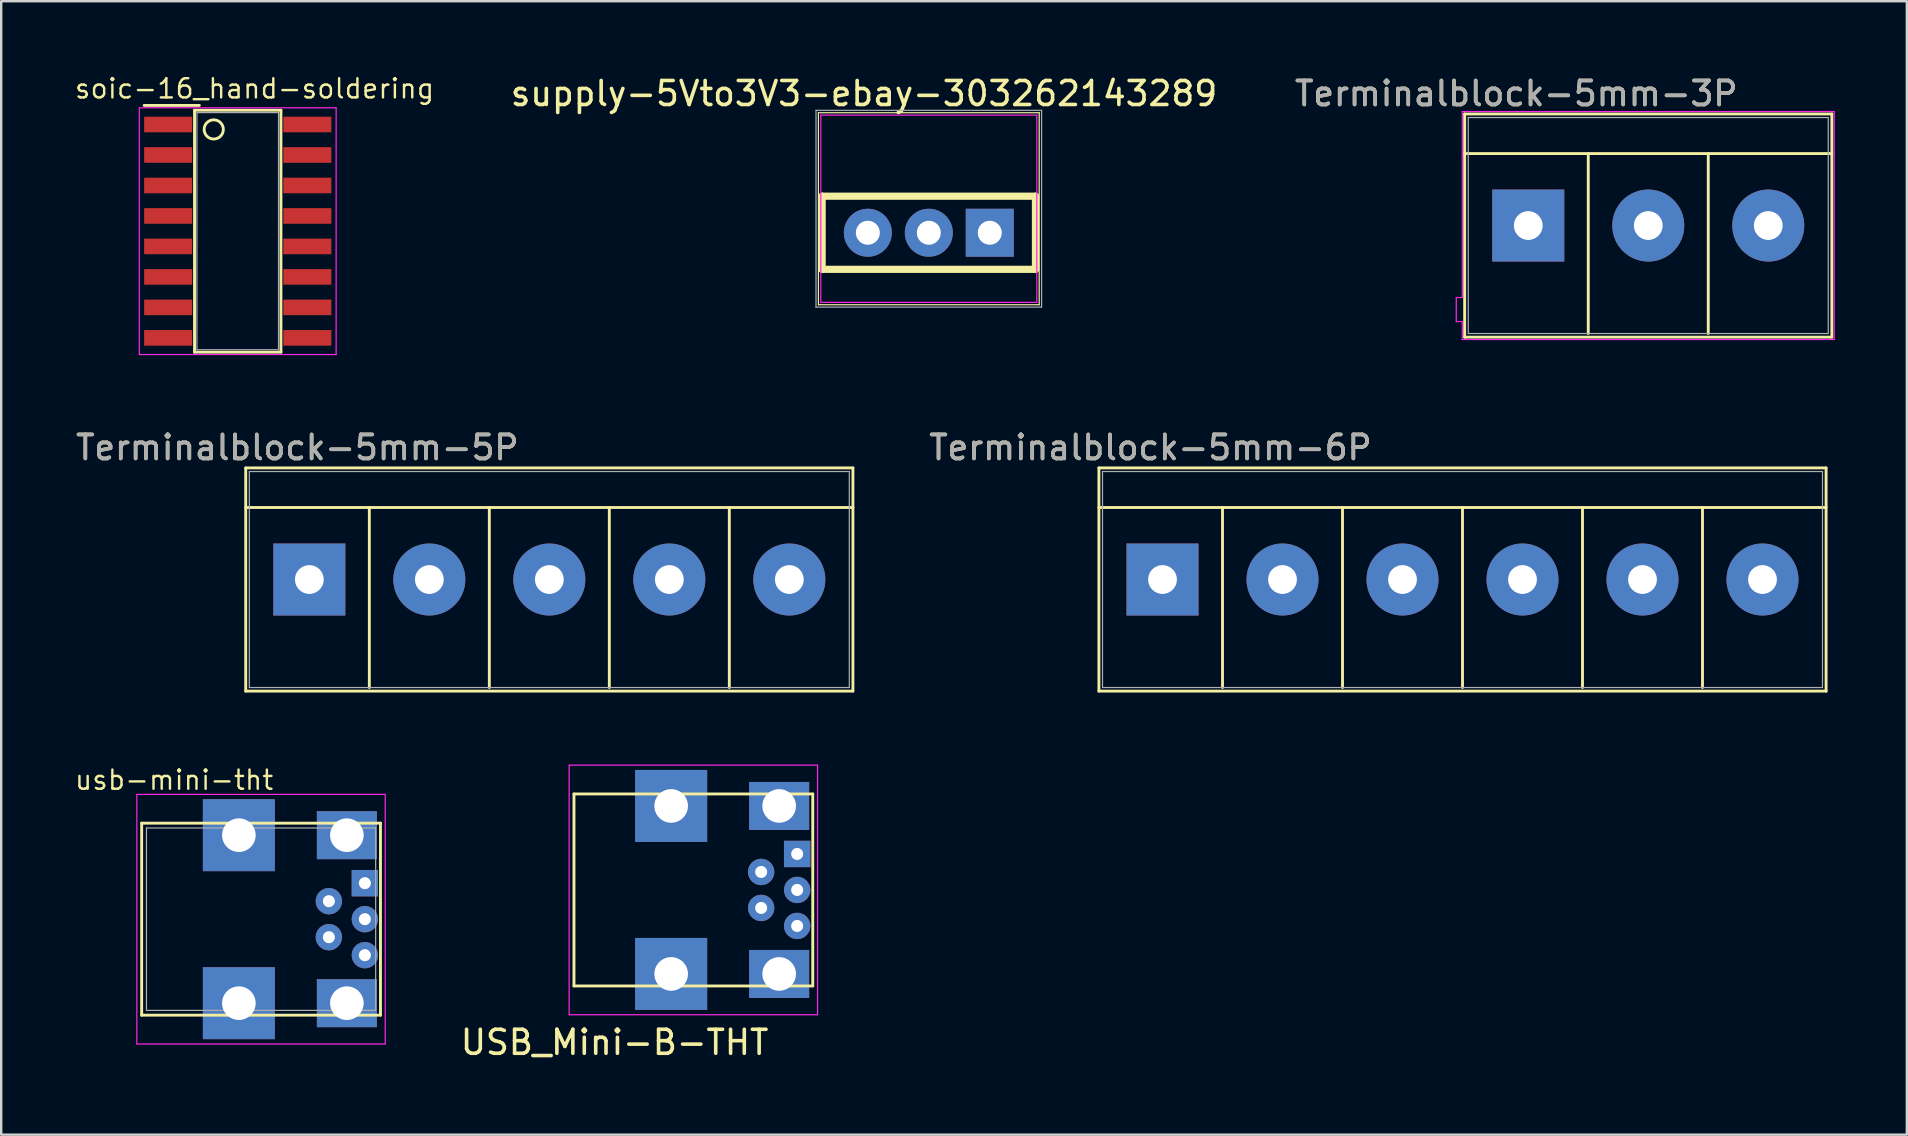
<source format=kicad_pcb>
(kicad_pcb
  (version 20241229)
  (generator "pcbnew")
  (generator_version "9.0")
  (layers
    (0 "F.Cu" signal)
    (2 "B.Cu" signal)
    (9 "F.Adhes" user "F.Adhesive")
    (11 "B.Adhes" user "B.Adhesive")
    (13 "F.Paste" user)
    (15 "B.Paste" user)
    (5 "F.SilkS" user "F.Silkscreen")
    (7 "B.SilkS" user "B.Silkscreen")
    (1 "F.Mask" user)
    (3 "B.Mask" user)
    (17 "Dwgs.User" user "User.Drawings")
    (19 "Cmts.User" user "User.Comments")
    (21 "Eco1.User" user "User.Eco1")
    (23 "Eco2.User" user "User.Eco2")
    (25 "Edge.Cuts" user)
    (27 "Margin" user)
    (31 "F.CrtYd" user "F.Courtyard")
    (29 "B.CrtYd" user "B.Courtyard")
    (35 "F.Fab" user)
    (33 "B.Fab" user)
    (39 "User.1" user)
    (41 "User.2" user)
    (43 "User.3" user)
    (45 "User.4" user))
  (footprint "usb-mini-tht"
    (layer "F.Cu")
    (at 11.403 35.25)
    (property "Reference" "usb-mini-tht" (at -7.2 -5.8 0) (layer "F.SilkS") (effects (font (size 0.8 0.8) (thickness 0.1))))
    (attr smd)
    (fp_line (start -8.55 -4) (end -8.55 4) (stroke (width 0.12) (type solid)) (layer "F.SilkS"))
    (fp_line (start -8.55 4) (end 1.4 4) (stroke (width 0.12) (type solid)) (layer "F.SilkS"))
    (fp_line (start 1.4 -4) (end -8.55 -4) (stroke (width 0.12) (type solid)) (layer "F.SilkS"))
    (fp_line (start 1.4 4) (end 1.4 -4) (stroke (width 0.12) (type solid)) (layer "F.SilkS"))
    (fp_line (start -8.75 -5.2) (end -8.75 5.2) (stroke (width 0.05) (type solid)) (layer "F.CrtYd"))
    (fp_line (start -8.75 -5.2) (end 1.6 -5.2) (stroke (width 0.05) (type solid)) (layer "F.CrtYd"))
    (fp_line (start -8.75 5.2) (end 1.6 5.2) (stroke (width 0.05) (type solid)) (layer "F.CrtYd"))
    (fp_line (start 1.6 5.2) (end 1.6 -5.2) (stroke (width 0.05) (type solid)) (layer "F.CrtYd"))
    (fp_line (start -8.35 -3.8) (end 1.2 -3.8) (stroke (width 0.05) (type solid)) (layer "F.Fab"))
    (fp_line (start -8.35 3.8) (end -8.35 -3.8) (stroke (width 0.05) (type solid)) (layer "F.Fab"))
    (fp_line (start 1.2 -3.8) (end 1.2 3.8) (stroke (width 0.05) (type solid)) (layer "F.Fab"))
    (fp_line (start 1.2 3.8) (end -8.35 3.8) (stroke (width 0.05) (type solid)) (layer "F.Fab"))
    (pad "1" thru_hole rect (at 0.75 -1.5) (size 1.1 1.1) (drill 0.5) (layers "*.Cu" "*.Mask"))
    (pad "2" thru_hole circle (at -0.75 -0.75) (size 1.1 1.1) (drill 0.5) (layers "*.Cu" "*.Mask"))
    (pad "3" thru_hole circle (at 0.75 0) (size 1.1 1.1) (drill 0.5) (layers "*.Cu" "*.Mask"))
    (pad "4" thru_hole circle (at -0.75 0.75) (size 1.1 1.1) (drill 0.5) (layers "*.Cu" "*.Mask"))
    (pad "5" thru_hole circle (at 0.75 1.5) (size 1.1 1.1) (drill 0.5) (layers "*.Cu" "*.Mask"))
    (pad "6" thru_hole rect (at -4.5 -3.5) (size 3 3) (drill 1.4) (layers "*.Cu" "*.Mask"))
    (pad "6" thru_hole rect (at -4.5 3.5) (size 3 3) (drill 1.4) (layers "*.Cu" "*.Mask"))
    (pad "6" thru_hole rect (at 0 -3.5) (size 2.5 2) (drill 1.4) (layers "*.Cu" "*.Mask"))
    (pad "6" thru_hole rect (at 0 3.5) (size 2.5 2) (drill 1.4) (layers "*.Cu" "*.Mask")))
  (footprint "supply-5Vto3V3-ebay-303262143289"
    (layer "F.Cu")
    (at 35.651 6.648)
    (property "Reference" "supply-5Vto3V3-ebay-303262143289" (at -2.7 -5.8 0) (layer "F.SilkS") (effects (font (size 1 1) (thickness 0.15))))
    (attr through_hole)
    (fp_line (start -4.6 -5) (end 4.6 -5) (stroke (width 0.05) (type solid)) (layer "F.SilkS"))
    (fp_line (start -4.6 3) (end -4.6 -5) (stroke (width 0.05) (type solid)) (layer "F.SilkS"))
    (fp_line (start -4.6 3) (end 4.6 3) (stroke (width 0.05) (type solid)) (layer "F.SilkS"))
    (fp_line (start -4.445 -1.524) (end 4.445 -1.524) (stroke (width 0.3) (type solid)) (layer "F.SilkS"))
    (fp_line (start -4.445 1.524) (end -4.445 -1.524) (stroke (width 0.3) (type solid)) (layer "F.SilkS"))
    (fp_line (start 4.445 -1.524) (end 4.445 1.524) (stroke (width 0.3) (type solid)) (layer "F.SilkS"))
    (fp_line (start 4.445 1.524) (end -4.445 1.524) (stroke (width 0.3) (type solid)) (layer "F.SilkS"))
    (fp_line (start 4.6 3) (end 4.6 -5) (stroke (width 0.05) (type solid)) (layer "F.SilkS"))
    (fp_line (start -4.5 -4.9) (end 4.5 -4.9) (stroke (width 0.05) (type solid)) (layer "F.CrtYd"))
    (fp_line (start -4.5 2.9) (end -4.5 -4.9) (stroke (width 0.05) (type solid)) (layer "F.CrtYd"))
    (fp_line (start 4.5 -4.9) (end 4.5 2.9) (stroke (width 0.05) (type solid)) (layer "F.CrtYd"))
    (fp_line (start 4.5 2.9) (end -4.5 2.9) (stroke (width 0.05) (type solid)) (layer "F.CrtYd"))
    (fp_line (start -4.7 -5.1) (end -4.7 3.1) (stroke (width 0.05) (type solid)) (layer "F.Fab"))
    (fp_line (start -4.7 3.1) (end 4.7 3.1) (stroke (width 0.05) (type solid)) (layer "F.Fab"))
    (fp_line (start 4.7 -5.1) (end -4.7 -5.1) (stroke (width 0.05) (type solid)) (layer "F.Fab"))
    (fp_line (start 4.7 3.1) (end 4.7 -5.1) (stroke (width 0.05) (type solid)) (layer "F.Fab"))
    (pad "1" thru_hole rect (at 2.54 0) (size 2 2) (drill 1) (layers "*.Cu" "*.Mask"))
    (pad "2" thru_hole circle (at 0 0) (size 2 2) (drill 1) (layers "*.Cu" "*.Mask"))
    (pad "3" thru_hole circle (at -2.54 0) (size 2 2) (drill 1) (layers "*.Cu" "*.Mask")))
  (footprint "Terminalblock-5mm-3P"
    (layer "F.Cu")
    (at 60.629 6.348)
    (property "Reference" "Terminalblock-5mm-3P" (at -0.5 -5.5 0) (layer "F.SilkS") (effects (font (size 1 1) (thickness 0.15))))
    (attr through_hole)
    (fp_line (start -2.65 -4.65) (end 12.65 -4.65) (stroke (width 0.12) (type solid)) (layer "F.SilkS"))
    (fp_line (start -2.65 -3) (end 12.65 -3) (stroke (width 0.12) (type solid)) (layer "F.SilkS"))
    (fp_line (start -2.65 4.65) (end -2.65 -4.65) (stroke (width 0.12) (type solid)) (layer "F.SilkS"))
    (fp_line (start 2.5 4.5) (end 2.5 -3) (stroke (width 0.12) (type solid)) (layer "F.SilkS"))
    (fp_line (start 7.5 4.5) (end 7.5 -3) (stroke (width 0.12) (type solid)) (layer "F.SilkS"))
    (fp_line (start 12.65 -4.65) (end 12.65 4.65) (stroke (width 0.12) (type solid)) (layer "F.SilkS"))
    (fp_line (start 12.65 4.65) (end -2.65 4.65) (stroke (width 0.12) (type solid)) (layer "F.SilkS"))
    (fp_line (start -3 3) (end -2.75 3) (stroke (width 0.05) (type solid)) (layer "F.CrtYd"))
    (fp_line (start -3 4) (end -3 3) (stroke (width 0.05) (type solid)) (layer "F.CrtYd"))
    (fp_line (start -2.75 -4.75) (end 12.75 -4.75) (stroke (width 0.05) (type solid)) (layer "F.CrtYd"))
    (fp_line (start -2.75 3) (end -2.75 -4.75) (stroke (width 0.05) (type solid)) (layer "F.CrtYd"))
    (fp_line (start -2.75 4) (end -3 4) (stroke (width 0.05) (type solid)) (layer "F.CrtYd"))
    (fp_line (start -2.75 4.75) (end -2.75 4) (stroke (width 0.05) (type solid)) (layer "F.CrtYd"))
    (fp_line (start 12.75 -4.75) (end 12.75 4.75) (stroke (width 0.05) (type solid)) (layer "F.CrtYd"))
    (fp_line (start 12.75 4.75) (end -2.75 4.75) (stroke (width 0.05) (type solid)) (layer "F.CrtYd"))
    (fp_line (start -2.5 -4.5) (end -2.5 4.5) (stroke (width 0.05) (type solid)) (layer "F.Fab"))
    (fp_line (start -2.5 4.5) (end 12.5 4.5) (stroke (width 0.05) (type solid)) (layer "F.Fab"))
    (fp_line (start 12.5 -4.5) (end -2.5 -4.5) (stroke (width 0.05) (type solid)) (layer "F.Fab"))
    (fp_line (start 12.5 4.5) (end 12.5 -4.5) (stroke (width 0.05) (type solid)) (layer "F.Fab"))
    (fp_text user "${REFERENCE}" (at -0.5 -5.5 0) (layer "F.Fab") (effects (font (size 1 1) (thickness 0.15))))
    (pad "1" thru_hole rect (at 0 0) (size 3 3) (drill 1.2) (layers "*.Cu" "*.Mask"))
    (pad "2" thru_hole circle (at 5 0) (size 3 3) (drill 1.2) (layers "*.Cu" "*.Mask"))
    (pad "3" thru_hole circle (at 10 0) (size 3 3) (drill 1.2) (layers "*.Cu" "*.Mask")))
  (footprint "USB_Mini-B-THT"
    (layer "F.Cu")
    (at 29.416 34.032)
    (property "Reference" "USB_Mini-B-THT" (at -6.858 6.35 0) (layer "F.SilkS") (effects (font (size 1 1) (thickness 0.15))))
    (attr smd)
    (fp_line (start -8.55 -4) (end -8.55 4) (stroke (width 0.12) (type solid)) (layer "F.SilkS"))
    (fp_line (start -8.55 4) (end 1.4 4) (stroke (width 0.12) (type solid)) (layer "F.SilkS"))
    (fp_line (start 1.4 -4) (end -8.55 -4) (stroke (width 0.12) (type solid)) (layer "F.SilkS"))
    (fp_line (start 1.4 4) (end 1.4 -4) (stroke (width 0.12) (type solid)) (layer "F.SilkS"))
    (fp_line (start -8.75 -5.2) (end -8.75 5.2) (stroke (width 0.05) (type solid)) (layer "F.CrtYd"))
    (fp_line (start -8.75 -5.2) (end 1.6 -5.2) (stroke (width 0.05) (type solid)) (layer "F.CrtYd"))
    (fp_line (start -8.75 5.2) (end 1.6 5.2) (stroke (width 0.05) (type solid)) (layer "F.CrtYd"))
    (fp_line (start 1.6 5.2) (end 1.6 -5.2) (stroke (width 0.05) (type solid)) (layer "F.CrtYd"))
    (pad "1" thru_hole rect (at 0.75 -1.5) (size 1.1 1.1) (drill 0.5) (layers "*.Cu" "*.Mask"))
    (pad "2" thru_hole circle (at -0.75 -0.75) (size 1.1 1.1) (drill 0.5) (layers "*.Cu" "*.Mask"))
    (pad "3" thru_hole circle (at 0.75 0) (size 1.1 1.1) (drill 0.5) (layers "*.Cu" "*.Mask"))
    (pad "4" thru_hole circle (at -0.75 0.75) (size 1.1 1.1) (drill 0.5) (layers "*.Cu" "*.Mask"))
    (pad "5" thru_hole circle (at 0.75 1.5) (size 1.1 1.1) (drill 0.5) (layers "*.Cu" "*.Mask"))
    (pad "6" thru_hole rect (at -4.5 -3.5) (size 3 3) (drill 1.4) (layers "*.Cu" "*.Mask"))
    (pad "6" thru_hole rect (at -4.5 3.5) (size 3 3) (drill 1.4) (layers "*.Cu" "*.Mask"))
    (pad "6" thru_hole rect (at 0 -3.5) (size 2.5 2) (drill 1.4) (layers "*.Cu" "*.Mask"))
    (pad "6" thru_hole rect (at 0 3.5) (size 2.5 2) (drill 1.4) (layers "*.Cu" "*.Mask")))
  (footprint "Terminalblock-5mm-6P"
    (layer "F.Cu")
    (at 45.389 21.097)
    (property "Reference" "Terminalblock-5mm-6P" (at -0.5 -5.5 0) (layer "F.SilkS") (effects (font (size 1 1) (thickness 0.15))))
    (attr through_hole)
    (fp_line (start -2.65 -4.65) (end 27.65 -4.65) (stroke (width 0.12) (type solid)) (layer "F.SilkS"))
    (fp_line (start -2.65 -3) (end 27.65 -3) (stroke (width 0.12) (type solid)) (layer "F.SilkS"))
    (fp_line (start -2.65 4.65) (end -2.65 -4.65) (stroke (width 0.12) (type solid)) (layer "F.SilkS"))
    (fp_line (start 2.5 4.5) (end 2.5 -3) (stroke (width 0.12) (type solid)) (layer "F.SilkS"))
    (fp_line (start 7.5 4.5) (end 7.5 -3) (stroke (width 0.12) (type solid)) (layer "F.SilkS"))
    (fp_line (start 12.5 4.5) (end 12.5 -3) (stroke (width 0.12) (type solid)) (layer "F.SilkS"))
    (fp_line (start 17.5 4.5) (end 17.5 -3) (stroke (width 0.12) (type solid)) (layer "F.SilkS"))
    (fp_line (start 22.5 4.5) (end 22.5 -3) (stroke (width 0.12) (type solid)) (layer "F.SilkS"))
    (fp_line (start 27.65 -4.65) (end 27.65 4.65) (stroke (width 0.12) (type solid)) (layer "F.SilkS"))
    (fp_line (start 27.65 4.65) (end -2.65 4.65) (stroke (width 0.12) (type solid)) (layer "F.SilkS"))
    (fp_line (start -2.5 -4.5) (end -2.5 4.5) (stroke (width 0.05) (type solid)) (layer "F.Fab"))
    (fp_line (start -2.5 4.5) (end 27.5 4.5) (stroke (width 0.05) (type solid)) (layer "F.Fab"))
    (fp_line (start 27.5 -4.5) (end -2.5 -4.5) (stroke (width 0.05) (type solid)) (layer "F.Fab"))
    (fp_line (start 27.5 4.5) (end 27.5 -4.5) (stroke (width 0.05) (type solid)) (layer "F.Fab"))
    (fp_text user "${REFERENCE}" (at -0.5 -5.5 0) (layer "F.Fab") (effects (font (size 1 1) (thickness 0.15))))
    (pad "1" thru_hole rect (at 0 0) (size 3 3) (drill 1.2) (layers "*.Cu" "*.Mask"))
    (pad "2" thru_hole circle (at 5 0) (size 3 3) (drill 1.2) (layers "*.Cu" "*.Mask"))
    (pad "3" thru_hole circle (at 10 0) (size 3 3) (drill 1.2) (layers "*.Cu" "*.Mask"))
    (pad "4" thru_hole circle (at 15 0) (size 3 3) (drill 1.2) (layers "*.Cu" "*.Mask"))
    (pad "5" thru_hole circle (at 20 0) (size 3 3) (drill 1.2) (layers "*.Cu" "*.Mask"))
    (pad "6" thru_hole circle (at 25 0) (size 3 3) (drill 1.2) (layers "*.Cu" "*.Mask")))
  (footprint "soic-16_hand-soldering"
    (layer "F.Cu")
    (at 6.856 6.583)
    (property "Reference" "soic-16_hand-soldering" (at 0.7 -5.94 0) (layer "F.SilkS") (effects (font (size 0.8 0.8) (thickness 0.1))))
    (attr smd)
    (fp_line (start -1.8 -5.04) (end 1.8 -5.04) (stroke (width 0.12) (type solid)) (layer "F.SilkS"))
    (fp_line (start -1.8 5.04) (end -1.8 -5.04) (stroke (width 0.12) (type solid)) (layer "F.SilkS"))
    (fp_line (start -1.6 -5.24) (end -3.9 -5.24) (stroke (width 0.12) (type solid)) (layer "F.SilkS"))
    (fp_line (start 1.8 -5.04) (end 1.8 5.04) (stroke (width 0.12) (type solid)) (layer "F.SilkS"))
    (fp_line (start 1.8 5.04) (end -1.8 5.04) (stroke (width 0.12) (type solid)) (layer "F.SilkS"))
    (fp_circle (center -1 -4.24) (end -0.6 -4.24) (stroke (width 0.12) (type solid)) (fill no) (layer "F.SilkS"))
    (fp_line (start -4.1 -5.14) (end 4.1 -5.14) (stroke (width 0.05) (type solid)) (layer "F.CrtYd"))
    (fp_line (start -4.1 5.14) (end -4.1 -5.14) (stroke (width 0.05) (type solid)) (layer "F.CrtYd"))
    (fp_line (start 4.1 -5.14) (end 4.1 5.14) (stroke (width 0.05) (type solid)) (layer "F.CrtYd"))
    (fp_line (start 4.1 5.14) (end -4.1 5.14) (stroke (width 0.05) (type solid)) (layer "F.CrtYd"))
    (fp_line (start -1.7 -4.94) (end 1.7 -4.94) (stroke (width 0.05) (type solid)) (layer "F.Fab"))
    (fp_line (start -1.7 4.94) (end -1.7 -4.94) (stroke (width 0.05) (type solid)) (layer "F.Fab"))
    (fp_line (start 1.7 -4.94) (end 1.7 4.94) (stroke (width 0.05) (type solid)) (layer "F.Fab"))
    (fp_line (start 1.7 4.94) (end -1.7 4.94) (stroke (width 0.05) (type solid)) (layer "F.Fab"))
    (pad "1" smd rect (at -2.9 -4.445) (size 2 0.65) (layers "F.Cu" "F.Mask" "F.Paste"))
    (pad "2" smd rect (at -2.9 -3.175) (size 2 0.65) (layers "F.Cu" "F.Mask" "F.Paste"))
    (pad "3" smd rect (at -2.9 -1.905) (size 2 0.65) (layers "F.Cu" "F.Mask" "F.Paste"))
    (pad "4" smd rect (at -2.9 -0.635) (size 2 0.65) (layers "F.Cu" "F.Mask" "F.Paste"))
    (pad "5" smd rect (at -2.9 0.635) (size 2 0.65) (layers "F.Cu" "F.Mask" "F.Paste"))
    (pad "6" smd rect (at -2.9 1.905) (size 2 0.65) (layers "F.Cu" "F.Mask" "F.Paste"))
    (pad "7" smd rect (at -2.9 3.175) (size 2 0.65) (layers "F.Cu" "F.Mask" "F.Paste"))
    (pad "8" smd rect (at -2.9 4.445) (size 2 0.65) (layers "F.Cu" "F.Mask" "F.Paste"))
    (pad "9" smd rect (at 2.9 4.445) (size 2 0.65) (layers "F.Cu" "F.Mask" "F.Paste"))
    (pad "10" smd rect (at 2.9 3.175) (size 2 0.65) (layers "F.Cu" "F.Mask" "F.Paste"))
    (pad "11" smd rect (at 2.9 1.905) (size 2 0.65) (layers "F.Cu" "F.Mask" "F.Paste"))
    (pad "12" smd rect (at 2.9 0.635) (size 2 0.65) (layers "F.Cu" "F.Mask" "F.Paste"))
    (pad "13" smd rect (at 2.9 -0.635) (size 2 0.65) (layers "F.Cu" "F.Mask" "F.Paste"))
    (pad "14" smd rect (at 2.9 -1.905) (size 2 0.65) (layers "F.Cu" "F.Mask" "F.Paste"))
    (pad "15" smd rect (at 2.9 -3.175) (size 2 0.65) (layers "F.Cu" "F.Mask" "F.Paste"))
    (pad "16" smd rect (at 2.9 -4.445) (size 2 0.65) (layers "F.Cu" "F.Mask" "F.Paste")))
  (footprint "Terminalblock-5mm-5P"
    (layer "F.Cu")
    (at 9.839 21.097)
    (property "Reference" "Terminalblock-5mm-5P" (at -0.5 -5.5 0) (layer "F.SilkS") (effects (font (size 1 1) (thickness 0.15))))
    (attr through_hole)
    (fp_line (start -2.65 -4.65) (end 22.65 -4.65) (stroke (width 0.12) (type solid)) (layer "F.SilkS"))
    (fp_line (start -2.65 -3) (end 22.65 -3) (stroke (width 0.12) (type solid)) (layer "F.SilkS"))
    (fp_line (start -2.65 4.65) (end -2.65 -4.65) (stroke (width 0.12) (type solid)) (layer "F.SilkS"))
    (fp_line (start 2.5 4.5) (end 2.5 -3) (stroke (width 0.12) (type solid)) (layer "F.SilkS"))
    (fp_line (start 7.5 4.5) (end 7.5 -3) (stroke (width 0.12) (type solid)) (layer "F.SilkS"))
    (fp_line (start 12.5 4.5) (end 12.5 -3) (stroke (width 0.12) (type solid)) (layer "F.SilkS"))
    (fp_line (start 17.5 4.5) (end 17.5 -3) (stroke (width 0.12) (type solid)) (layer "F.SilkS"))
    (fp_line (start 22.65 -4.65) (end 22.65 4.65) (stroke (width 0.12) (type solid)) (layer "F.SilkS"))
    (fp_line (start 22.65 4.65) (end -2.65 4.65) (stroke (width 0.12) (type solid)) (layer "F.SilkS"))
    (fp_line (start -2.5 -4.5) (end -2.5 4.5) (stroke (width 0.05) (type solid)) (layer "F.Fab"))
    (fp_line (start -2.5 4.5) (end 22.5 4.5) (stroke (width 0.05) (type solid)) (layer "F.Fab"))
    (fp_line (start 22.5 -4.5) (end -2.5 -4.5) (stroke (width 0.05) (type solid)) (layer "F.Fab"))
    (fp_line (start 22.5 4.5) (end 22.5 -4.5) (stroke (width 0.05) (type solid)) (layer "F.Fab"))
    (fp_text user "${REFERENCE}" (at -0.5 -5.5 0) (layer "F.Fab") (effects (font (size 1 1) (thickness 0.15))))
    (pad "1" thru_hole rect (at 0 0) (size 3 3) (drill 1.2) (layers "*.Cu" "*.Mask"))
    (pad "2" thru_hole circle (at 5 0) (size 3 3) (drill 1.2) (layers "*.Cu" "*.Mask"))
    (pad "3" thru_hole circle (at 10 0) (size 3 3) (drill 1.2) (layers "*.Cu" "*.Mask"))
    (pad "4" thru_hole circle (at 15 0) (size 3 3) (drill 1.2) (layers "*.Cu" "*.Mask"))
    (pad "5" thru_hole circle (at 20 0) (size 3 3) (drill 1.2) (layers "*.Cu" "*.Mask")))
  (gr_rect
    (start -3 -3)
    (end 76.404 44.23)
    (stroke (width 0.1) (type default))
    (fill no)
    (layer "Edge.Cuts")))
</source>
